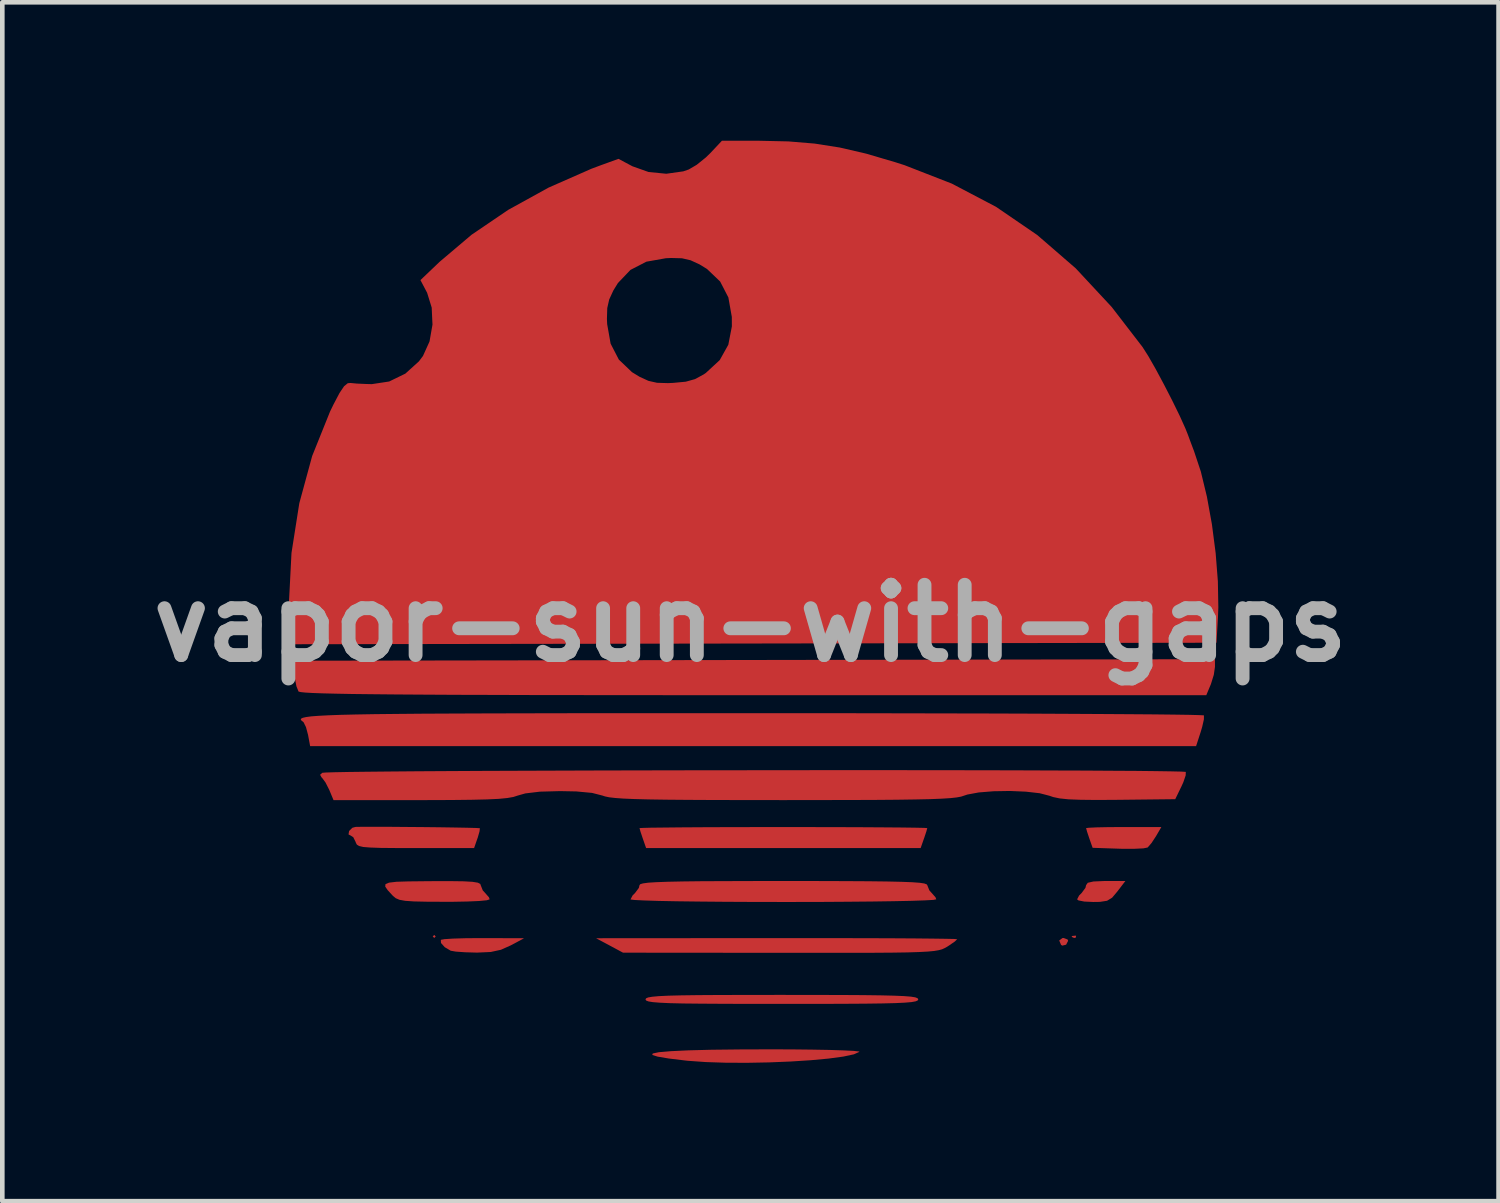
<source format=kicad_pcb>
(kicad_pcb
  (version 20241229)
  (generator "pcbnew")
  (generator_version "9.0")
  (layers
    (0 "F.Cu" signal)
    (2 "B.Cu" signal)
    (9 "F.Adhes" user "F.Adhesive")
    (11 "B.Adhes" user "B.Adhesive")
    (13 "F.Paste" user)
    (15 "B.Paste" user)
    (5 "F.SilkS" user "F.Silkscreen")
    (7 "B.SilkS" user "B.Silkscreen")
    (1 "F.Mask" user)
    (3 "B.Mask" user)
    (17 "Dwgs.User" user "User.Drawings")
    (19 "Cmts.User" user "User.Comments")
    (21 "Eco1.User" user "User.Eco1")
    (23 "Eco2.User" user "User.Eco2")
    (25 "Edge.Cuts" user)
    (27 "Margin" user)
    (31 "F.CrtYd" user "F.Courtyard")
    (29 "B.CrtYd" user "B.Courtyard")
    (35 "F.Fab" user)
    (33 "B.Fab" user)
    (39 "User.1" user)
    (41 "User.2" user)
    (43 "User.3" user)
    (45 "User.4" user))
  (footprint "vapor-sun-with-gaps"
    (layer "F.Cu")
    (at 13.215 10.459)
    (property "Reference" "vapor-sun-with-gaps" (at 0 0 0) (layer "F.Fab") (effects (font (size 1.524 1.524) (thickness 0.3))))
    (attr board_only exclude_from_pos_files exclude_from_bom)
    (fp_poly (pts (xy -6.821 6.788) (xy -6.853 6.821) (xy -6.886 6.788) (xy -6.853 6.756)) (stroke (width 0) (type solid)) (fill yes) (layer "F.Cu"))
    (fp_poly (pts (xy 7.059 6.778) (xy 7.05 6.816) (xy 7.016 6.821) (xy 6.962 6.797) (xy 6.973 6.778) (xy 7.05 6.77)) (stroke (width 0) (type solid)) (fill yes) (layer "F.Cu"))
    (fp_poly (pts (xy 6.875 6.854) (xy 6.886 6.882) (xy 6.843 6.967) (xy 6.76 6.987) (xy 6.733 6.971) (xy 6.693 6.876) (xy 6.763 6.823) (xy 6.788 6.821)) (stroke (width 0) (type solid)) (fill yes) (layer "F.Cu"))
    (fp_poly (pts (xy 7.953 5.814) (xy 7.84 5.948) (xy 7.73 6.015) (xy 7.574 6.039) (xy 7.43 6.041) (xy 7.237 6.032) (xy 7.11 6.007) (xy 7.081 5.984) (xy 7.125 5.9) (xy 7.178 5.847) (xy 7.261 5.736) (xy 7.276 5.676) (xy 7.312 5.625) (xy 7.434 5.597) (xy 7.663 5.587) (xy 7.701 5.587) (xy 8.127 5.587)) (stroke (width 0) (type solid)) (fill yes) (layer "F.Cu"))
    (fp_poly (pts (xy -5.787 6.824) (xy -4.905 6.827) (xy -5.197 6.983) (xy -5.408 7.077) (xy -5.629 7.125) (xy -5.917 7.138) (xy -5.944 7.138) (xy -6.186 7.131) (xy -6.384 7.117) (xy -6.495 7.098) (xy -6.495 7.098) (xy -6.624 7.022) (xy -6.707 6.93) (xy -6.71 6.861) (xy -6.633 6.847) (xy -6.452 6.835) (xy -6.191 6.827) (xy -5.875 6.824)) (stroke (width 0) (type solid)) (fill yes) (layer "F.Cu"))
    (fp_poly (pts (xy 8.79 4.617) (xy 8.693 4.764) (xy 8.614 4.856) (xy 8.607 4.861) (xy 8.517 4.879) (xy 8.33 4.888) (xy 8.082 4.889) (xy 7.98 4.886) (xy 7.417 4.867) (xy 7.346 4.665) (xy 7.298 4.521) (xy 7.276 4.442) (xy 7.276 4.44) (xy 7.337 4.432) (xy 7.503 4.424) (xy 7.75 4.419) (xy 8.053 4.417) (xy 8.091 4.417) (xy 8.907 4.417)) (stroke (width 0) (type solid)) (fill yes) (layer "F.Cu"))
    (fp_poly (pts (xy 1.337 4.418) (xy 1.918 4.419) (xy 2.446 4.421) (xy 2.906 4.424) (xy 3.288 4.427) (xy 3.578 4.431) (xy 3.764 4.435) (xy 3.833 4.44) (xy 3.833 4.44) (xy 3.814 4.511) (xy 3.767 4.652) (xy 3.761 4.668) (xy 3.69 4.872) (xy -2.261 4.872) (xy -2.332 4.668) (xy -2.381 4.522) (xy -2.403 4.443) (xy -2.404 4.44) (xy -2.341 4.436) (xy -2.16 4.431) (xy -1.875 4.428) (xy -1.498 4.424) (xy -1.041 4.421) (xy -0.517 4.419) (xy 0.062 4.418) (xy 0.683 4.417) (xy 0.715 4.417)) (stroke (width 0) (type solid)) (fill yes) (layer "F.Cu"))
    (fp_poly (pts (xy 0.878 9.236) (xy 1.327 9.241) (xy 1.714 9.248) (xy 2.024 9.258) (xy 2.242 9.269) (xy 2.353 9.282) (xy 2.363 9.289) (xy 2.243 9.343) (xy 2.014 9.392) (xy 1.696 9.435) (xy 1.308 9.471) (xy 0.87 9.499) (xy 0.404 9.518) (xy -0.071 9.527) (xy -0.534 9.525) (xy -0.966 9.511) (xy -1.346 9.484) (xy -1.397 9.479) (xy -1.768 9.434) (xy -2.011 9.393) (xy -2.127 9.357) (xy -2.117 9.325) (xy -1.983 9.297) (xy -1.725 9.275) (xy -1.346 9.257) (xy -0.846 9.244) (xy -0.226 9.237) (xy 0.382 9.235)) (stroke (width 0) (type solid)) (fill yes) (layer "F.Cu"))
    (fp_poly (pts (xy 10.069 0.944) (xy 10.044 1.117) (xy 9.982 1.317) (xy 9.975 1.334) (xy 9.881 1.559) (xy 0.076 1.559) (xy -1.294 1.559) (xy -2.54 1.558) (xy -3.666 1.557) (xy -4.677 1.556) (xy -5.58 1.553) (xy -6.378 1.551) (xy -7.078 1.547) (xy -7.684 1.543) (xy -8.202 1.538) (xy -8.637 1.533) (xy -8.994 1.526) (xy -9.278 1.519) (xy -9.495 1.511) (xy -9.649 1.502) (xy -9.746 1.492) (xy -9.791 1.481) (xy -9.795 1.478) (xy -9.84 1.366) (xy -9.876 1.183) (xy -9.884 1.104) (xy -9.907 0.812) (xy 0.081 0.796) (xy 10.069 0.779)) (stroke (width 0) (type solid)) (fill yes) (layer "F.Cu"))
    (fp_poly (pts (xy -7.811 4.412) (xy -7.457 4.415) (xy -7.09 4.418) (xy -6.733 4.422) (xy -6.409 4.427) (xy -6.141 4.432) (xy -5.953 4.437) (xy -5.867 4.442) (xy -5.864 4.443) (xy -5.871 4.51) (xy -5.911 4.649) (xy -5.918 4.667) (xy -5.989 4.872) (xy -7.256 4.872) (xy -7.691 4.872) (xy -8.014 4.869) (xy -8.242 4.861) (xy -8.393 4.849) (xy -8.483 4.828) (xy -8.53 4.798) (xy -8.552 4.757) (xy -8.556 4.742) (xy -8.608 4.637) (xy -8.647 4.612) (xy -8.711 4.577) (xy -8.698 4.502) (xy -8.628 4.433) (xy -8.559 4.414) (xy -8.385 4.411) (xy -8.128 4.411)) (stroke (width 0) (type solid)) (fill yes) (layer "F.Cu"))
    (fp_poly (pts (xy -6.22 5.593) (xy -6.024 5.604) (xy -5.908 5.623) (xy -5.855 5.65) (xy -5.847 5.674) (xy -5.801 5.79) (xy -5.749 5.847) (xy -5.667 5.94) (xy -5.652 5.984) (xy -5.713 6.004) (xy -5.882 6.02) (xy -6.136 6.031) (xy -6.453 6.037) (xy -6.642 6.037) (xy -7.023 6.035) (xy -7.296 6.029) (xy -7.483 6.016) (xy -7.606 5.994) (xy -7.686 5.96) (xy -7.746 5.911) (xy -7.765 5.891) (xy -7.862 5.785) (xy -7.915 5.708) (xy -7.91 5.655) (xy -7.833 5.622) (xy -7.671 5.603) (xy -7.41 5.595) (xy -7.037 5.591) (xy -6.919 5.59) (xy -6.513 5.589)) (stroke (width 0) (type solid)) (fill yes) (layer "F.Cu"))
    (fp_poly (pts (xy 1.928 6.825) (xy 2.536 6.826) (xy 3.082 6.828) (xy 3.554 6.831) (xy 3.942 6.835) (xy 4.233 6.839) (xy 4.417 6.843) (xy 4.482 6.848) (xy 4.482 6.848) (xy 4.433 6.896) (xy 4.309 6.982) (xy 4.264 7.011) (xy 4.212 7.04) (xy 4.155 7.066) (xy 4.082 7.086) (xy 3.982 7.103) (xy 3.843 7.116) (xy 3.655 7.126) (xy 3.406 7.134) (xy 3.085 7.139) (xy 2.682 7.142) (xy 2.185 7.143) (xy 1.583 7.143) (xy 0.866 7.143) (xy 0.642 7.143) (xy -2.761 7.14) (xy -3.053 6.983) (xy -3.346 6.827) (xy 0.568 6.824) (xy 1.268 6.824)) (stroke (width 0) (type solid)) (fill yes) (layer "F.Cu"))
    (fp_poly (pts (xy 1.386 8.056) (xy 1.97 8.057) (xy 2.446 8.06) (xy 2.825 8.065) (xy 3.116 8.072) (xy 3.33 8.081) (xy 3.479 8.093) (xy 3.573 8.108) (xy 3.622 8.127) (xy 3.638 8.15) (xy 3.638 8.153) (xy 3.625 8.176) (xy 3.58 8.195) (xy 3.491 8.211) (xy 3.349 8.223) (xy 3.142 8.233) (xy 2.86 8.24) (xy 2.492 8.245) (xy 2.027 8.248) (xy 1.454 8.25) (xy 0.764 8.25) (xy 0.682 8.25) (xy -0.022 8.25) (xy -0.606 8.248) (xy -1.082 8.245) (xy -1.46 8.241) (xy -1.751 8.234) (xy -1.966 8.224) (xy -2.115 8.212) (xy -2.208 8.197) (xy -2.258 8.178) (xy -2.274 8.155) (xy -2.274 8.153) (xy -2.261 8.129) (xy -2.216 8.11) (xy -2.127 8.095) (xy -1.985 8.082) (xy -1.778 8.072) (xy -1.496 8.065) (xy -1.127 8.06) (xy -0.663 8.057) (xy -0.09 8.056) (xy 0.6 8.055) (xy 0.682 8.055)) (stroke (width 0) (type solid)) (fill yes) (layer "F.Cu"))
    (fp_poly (pts (xy 1.179 1.949) (xy 2.258 1.95) (xy 3.294 1.952) (xy 4.28 1.954) (xy 5.209 1.956) (xy 6.074 1.959) (xy 6.867 1.963) (xy 7.582 1.967) (xy 8.212 1.971) (xy 8.749 1.975) (xy 9.186 1.98) (xy 9.516 1.985) (xy 9.732 1.991) (xy 9.827 1.996) (xy 9.83 1.998) (xy 9.829 2.083) (xy 9.792 2.246) (xy 9.76 2.355) (xy 9.66 2.663) (xy -9.543 2.663) (xy -9.588 2.42) (xy -9.633 2.251) (xy -9.686 2.144) (xy -9.697 2.135) (xy -9.73 2.11) (xy -9.746 2.088) (xy -9.738 2.067) (xy -9.702 2.049) (xy -9.631 2.033) (xy -9.519 2.018) (xy -9.36 2.006) (xy -9.149 1.995) (xy -8.88 1.985) (xy -8.548 1.977) (xy -8.145 1.97) (xy -7.667 1.965) (xy -7.107 1.96) (xy -6.461 1.957) (xy -5.721 1.954) (xy -4.883 1.952) (xy -3.94 1.95) (xy -2.887 1.949) (xy -1.717 1.949) (xy -0.425 1.949) (xy 0.065 1.949)) (stroke (width 0) (type solid)) (fill yes) (layer "F.Cu"))
    (fp_poly (pts (xy 1.446 5.587) (xy 2.058 5.589) (xy 2.56 5.592) (xy 2.962 5.597) (xy 3.274 5.604) (xy 3.506 5.613) (xy 3.668 5.625) (xy 3.769 5.64) (xy 3.821 5.659) (xy 3.833 5.676) (xy 3.879 5.79) (xy 3.93 5.847) (xy 4.012 5.94) (xy 4.028 5.984) (xy 3.965 5.996) (xy 3.783 6.006) (xy 3.495 6.016) (xy 3.111 6.024) (xy 2.643 6.031) (xy 2.102 6.036) (xy 1.501 6.04) (xy 0.849 6.041) (xy 0.715 6.041) (xy 0.055 6.04) (xy -0.557 6.037) (xy -1.111 6.032) (xy -1.594 6.026) (xy -1.996 6.018) (xy -2.305 6.008) (xy -2.508 5.998) (xy -2.596 5.987) (xy -2.598 5.984) (xy -2.554 5.9) (xy -2.501 5.847) (xy -2.418 5.736) (xy -2.404 5.676) (xy -2.386 5.655) (xy -2.327 5.638) (xy -2.215 5.623) (xy -2.042 5.612) (xy -1.798 5.603) (xy -1.471 5.596) (xy -1.053 5.591) (xy -0.533 5.589) (xy 0.099 5.587) (xy 0.715 5.587)) (stroke (width 0) (type solid)) (fill yes) (layer "F.Cu"))
    (fp_poly (pts (xy 3.274 3.184) (xy 4.162 3.185) (xy 5.012 3.186) (xy 5.813 3.188) (xy 6.558 3.191) (xy 7.237 3.193) (xy 7.841 3.197) (xy 8.362 3.2) (xy 8.79 3.205) (xy 9.117 3.21) (xy 9.334 3.215) (xy 9.432 3.221) (xy 9.437 3.222) (xy 9.434 3.298) (xy 9.383 3.447) (xy 9.342 3.537) (xy 9.208 3.813) (xy 7.966 3.827) (xy 7.504 3.83) (xy 7.153 3.826) (xy 6.892 3.816) (xy 6.702 3.796) (xy 6.563 3.767) (xy 6.482 3.739) (xy 6.27 3.684) (xy 5.971 3.65) (xy 5.624 3.635) (xy 5.27 3.641) (xy 4.949 3.667) (xy 4.701 3.713) (xy 4.635 3.735) (xy 4.568 3.757) (xy 4.471 3.775) (xy 4.334 3.79) (xy 4.146 3.802) (xy 3.897 3.812) (xy 3.578 3.819) (xy 3.177 3.825) (xy 2.686 3.829) (xy 2.093 3.831) (xy 1.389 3.832) (xy 0.715 3.833) (xy -0.089 3.832) (xy -0.774 3.831) (xy -1.348 3.828) (xy -1.824 3.824) (xy -2.209 3.818) (xy -2.516 3.81) (xy -2.753 3.8) (xy -2.932 3.787) (xy -3.061 3.772) (xy -3.152 3.753) (xy -3.206 3.735) (xy -3.432 3.677) (xy -3.774 3.645) (xy -4.125 3.638) (xy -4.563 3.65) (xy -4.879 3.688) (xy -5.045 3.735) (xy -5.138 3.765) (xy -5.27 3.788) (xy -5.456 3.806) (xy -5.711 3.818) (xy -6.048 3.826) (xy -6.483 3.831) (xy -7.03 3.833) (xy -7.157 3.833) (xy -9.036 3.833) (xy -9.129 3.61) (xy -9.21 3.451) (xy -9.285 3.349) (xy -9.295 3.342) (xy -9.327 3.284) (xy -9.28 3.241) (xy -9.207 3.235) (xy -9.013 3.229) (xy -8.706 3.223) (xy -8.297 3.218) (xy -7.794 3.213) (xy -7.205 3.208) (xy -6.541 3.204) (xy -5.808 3.2) (xy -5.017 3.197) (xy -4.176 3.194) (xy -3.295 3.191) (xy -2.381 3.189) (xy -1.445 3.187) (xy -0.494 3.186) (xy 0.462 3.185) (xy 1.415 3.184) (xy 2.355 3.184)) (stroke (width 0) (type solid)) (fill yes) (layer "F.Cu"))
    (fp_poly (pts (xy 0.195 -10.458) (xy 0.824 -10.444) (xy 1.391 -10.397) (xy 1.939 -10.311) (xy 2.508 -10.179) (xy 3.137 -9.994) (xy 3.34 -9.929) (xy 4.366 -9.529) (xy 5.324 -9.026) (xy 6.217 -8.415) (xy 7.051 -7.693) (xy 7.83 -6.856) (xy 8.498 -5.989) (xy 8.624 -5.791) (xy 8.785 -5.509) (xy 8.963 -5.177) (xy 9.142 -4.829) (xy 9.303 -4.5) (xy 9.428 -4.223) (xy 9.48 -4.093) (xy 9.55 -3.903) (xy 9.61 -3.745) (xy 9.614 -3.735) (xy 9.763 -3.287) (xy 9.894 -2.745) (xy 10.003 -2.144) (xy 10.084 -1.52) (xy 10.132 -0.908) (xy 10.142 -0.344) (xy 10.134 -0.13) (xy 10.102 0.422) (xy 0.049 0.439) (xy -10.004 0.455) (xy -10.004 -0.411) (xy -9.947 -1.525) (xy -9.778 -2.6) (xy -9.499 -3.625) (xy -9.113 -4.585) (xy -9.037 -4.742) (xy -8.906 -4.991) (xy -8.807 -5.138) (xy -8.727 -5.203) (xy -8.668 -5.208) (xy -8.531 -5.195) (xy -8.324 -5.186) (xy -8.206 -5.183) (xy -7.83 -5.24) (xy -7.479 -5.411) (xy -7.185 -5.677) (xy -7.097 -5.794) (xy -6.955 -6.108) (xy -6.891 -6.474) (xy -6.897 -6.596) (xy -3.11 -6.596) (xy -3.105 -6.483) (xy -3.03 -6.06) (xy -2.852 -5.715) (xy -2.567 -5.443) (xy -2.404 -5.343) (xy -2.21 -5.254) (xy -2.024 -5.212) (xy -1.789 -5.205) (xy -1.676 -5.21) (xy -1.401 -5.236) (xy -1.2 -5.292) (xy -1.014 -5.393) (xy -0.966 -5.426) (xy -0.665 -5.704) (xy -0.479 -6.037) (xy -0.402 -6.434) (xy -0.403 -6.64) (xy -0.478 -7.062) (xy -0.656 -7.407) (xy -0.941 -7.679) (xy -1.104 -7.779) (xy -1.298 -7.868) (xy -1.484 -7.911) (xy -1.719 -7.917) (xy -1.832 -7.912) (xy -2.255 -7.837) (xy -2.6 -7.659) (xy -2.872 -7.374) (xy -2.972 -7.211) (xy -3.061 -7.017) (xy -3.103 -6.831) (xy -3.11 -6.596) (xy -6.897 -6.596) (xy -6.908 -6.842) (xy -7.008 -7.165) (xy -7.015 -7.178) (xy -7.152 -7.438) (xy -6.737 -7.834) (xy -6.045 -8.42) (xy -5.25 -8.96) (xy -4.376 -9.442) (xy -3.447 -9.851) (xy -3.233 -9.931) (xy -2.86 -10.066) (xy -2.557 -9.905) (xy -2.208 -9.781) (xy -1.823 -9.743) (xy -1.455 -9.795) (xy -1.336 -9.836) (xy -1.164 -9.937) (xy -0.968 -10.095) (xy -0.867 -10.193) (xy -0.617 -10.459)) (stroke (width 0) (type solid)) (fill yes) (layer "F.Cu")))
  (gr_rect
    (start -3 -3)
    (end 29.431 22.985)
    (stroke (width 0.1) (type default))
    (fill no)
    (layer "Edge.Cuts")))
</source>
